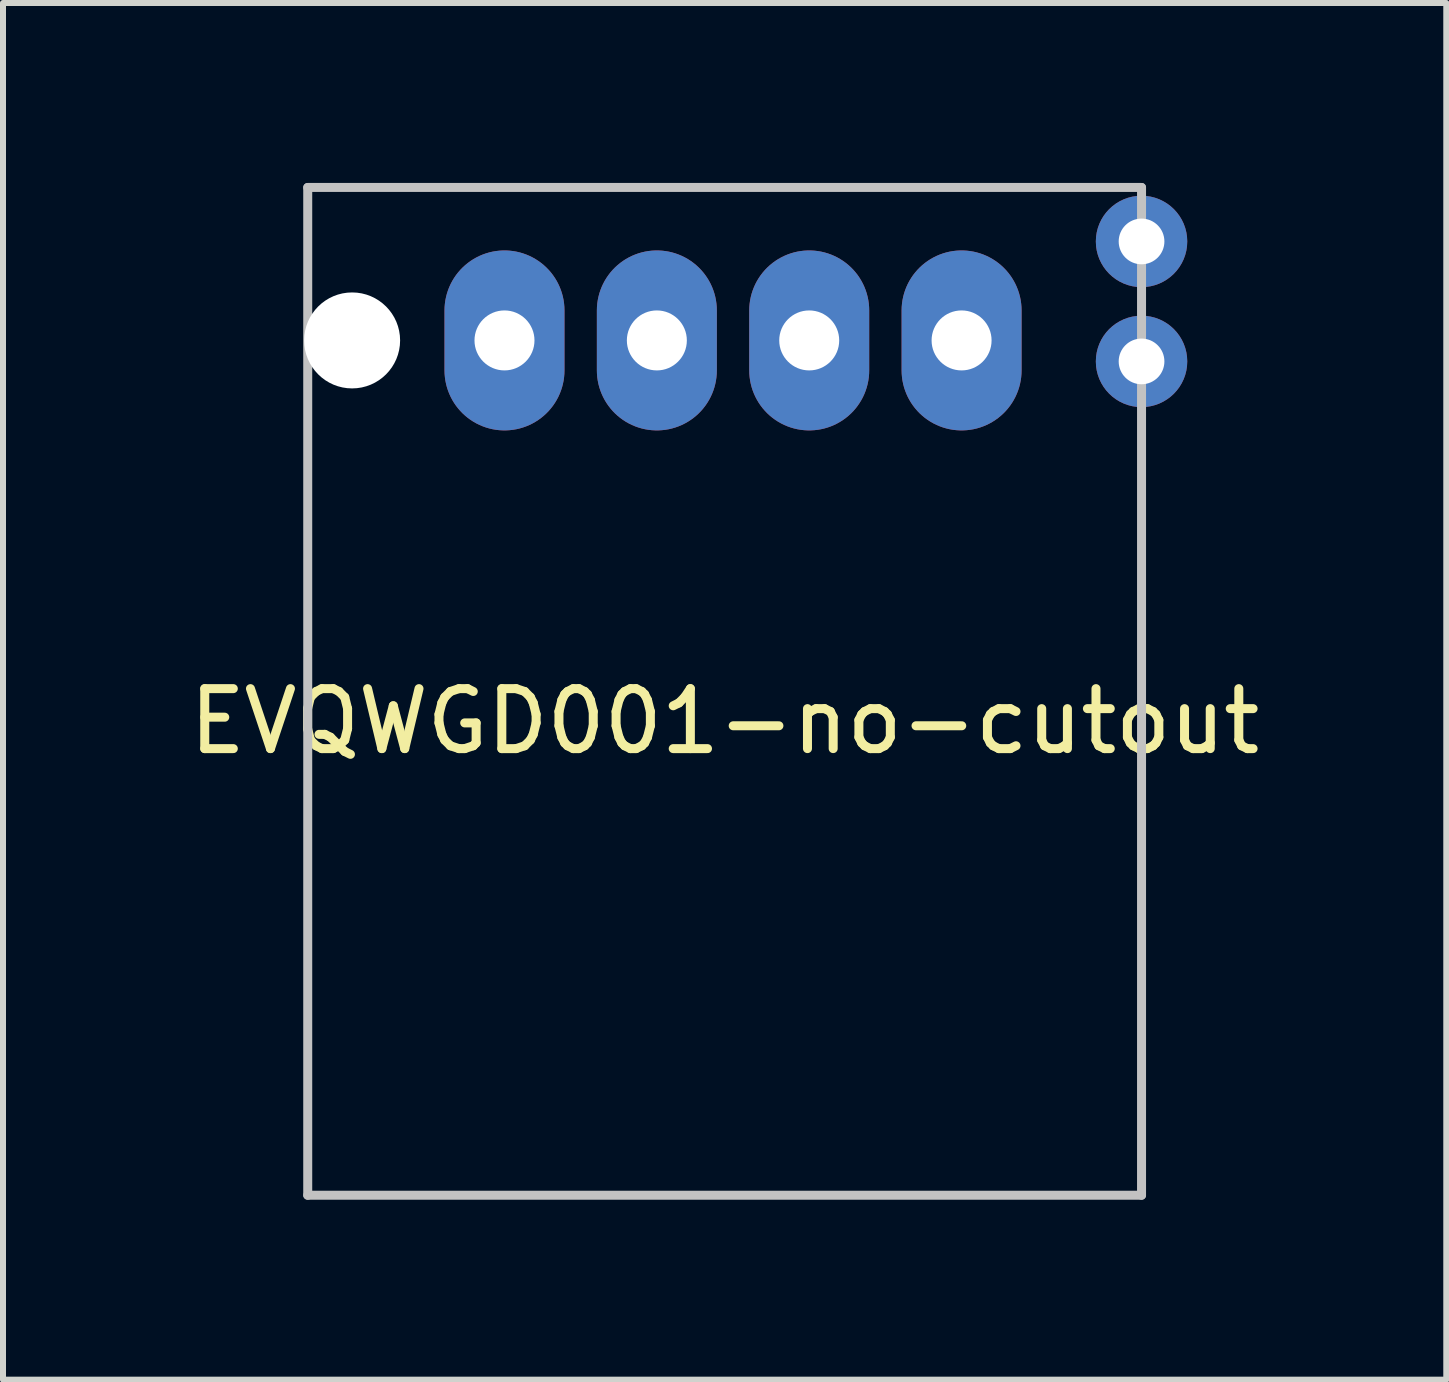
<source format=kicad_pcb>
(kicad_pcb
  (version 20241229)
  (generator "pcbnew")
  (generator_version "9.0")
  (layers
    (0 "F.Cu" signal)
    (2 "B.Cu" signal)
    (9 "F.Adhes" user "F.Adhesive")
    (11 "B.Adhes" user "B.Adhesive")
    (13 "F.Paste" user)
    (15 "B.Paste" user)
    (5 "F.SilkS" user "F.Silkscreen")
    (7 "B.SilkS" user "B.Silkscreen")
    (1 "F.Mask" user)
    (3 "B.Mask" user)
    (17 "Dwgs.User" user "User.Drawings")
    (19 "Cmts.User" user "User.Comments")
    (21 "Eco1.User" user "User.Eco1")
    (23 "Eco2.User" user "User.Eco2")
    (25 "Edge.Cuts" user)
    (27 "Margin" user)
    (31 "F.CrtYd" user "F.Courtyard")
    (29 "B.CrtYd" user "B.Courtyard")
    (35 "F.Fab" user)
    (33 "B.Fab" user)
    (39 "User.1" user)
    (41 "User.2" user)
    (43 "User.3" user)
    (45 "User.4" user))
  (footprint "EVQWGD001-no-cutout"
    (layer "F.Cu")
    (at 9.03 8.475)
    (property "Reference" "EVQWGD001-no-cutout" (at 0 0.5 0) (layer "F.SilkS") (effects (font (size 1 1) (thickness 0.15))))
    (attr through_hole)
    (fp_line (start -6.95 -8.4) (end -6.95 8.4) (stroke (width 0.15) (type solid)) (layer "Dwgs.User"))
    (fp_line (start -6.95 -8.4) (end 6.95 -8.4) (stroke (width 0.15) (type solid)) (layer "Dwgs.User"))
    (fp_line (start -6.95 8.4) (end 6.95 8.4) (stroke (width 0.15) (type solid)) (layer "Dwgs.User"))
    (fp_line (start 6.95 -8.4) (end 6.95 8.4) (stroke (width 0.15) (type solid)) (layer "Dwgs.User"))
    (pad "" np_thru_hole circle (at -6.21 -5.85) (size 1.6 1.6) (drill 1.6) (layers "*.Cu"))
    (pad "A" thru_hole oval (at 3.95 -5.85) (size 2 3) (drill 1) (layers "*.Cu" "B.Mask"))
    (pad "B" thru_hole oval (at 1.41 -5.85) (size 2 3) (drill 1) (layers "*.Cu" "B.Mask"))
    (pad "C" thru_hole oval (at -1.13 -5.85) (size 2 3) (drill 1) (layers "*.Cu" "B.Mask"))
    (pad "NC" thru_hole oval (at -3.67 -5.85) (size 2 3) (drill 1) (layers "*.Cu" "B.Mask"))
    (pad "S1" thru_hole circle (at 6.95 -7.5) (size 1.524 1.524) (drill 0.762) (layers "*.Cu" "B.Mask"))
    (pad "S2" thru_hole oval (at 6.95 -5.5) (size 1.524 1.524) (drill 0.762) (layers "*.Cu" "B.Mask")))
  (gr_rect
    (start -3 -3)
    (end 21.06 19.95)
    (stroke (width 0.1) (type default))
    (fill no)
    (layer "Edge.Cuts")))
</source>
